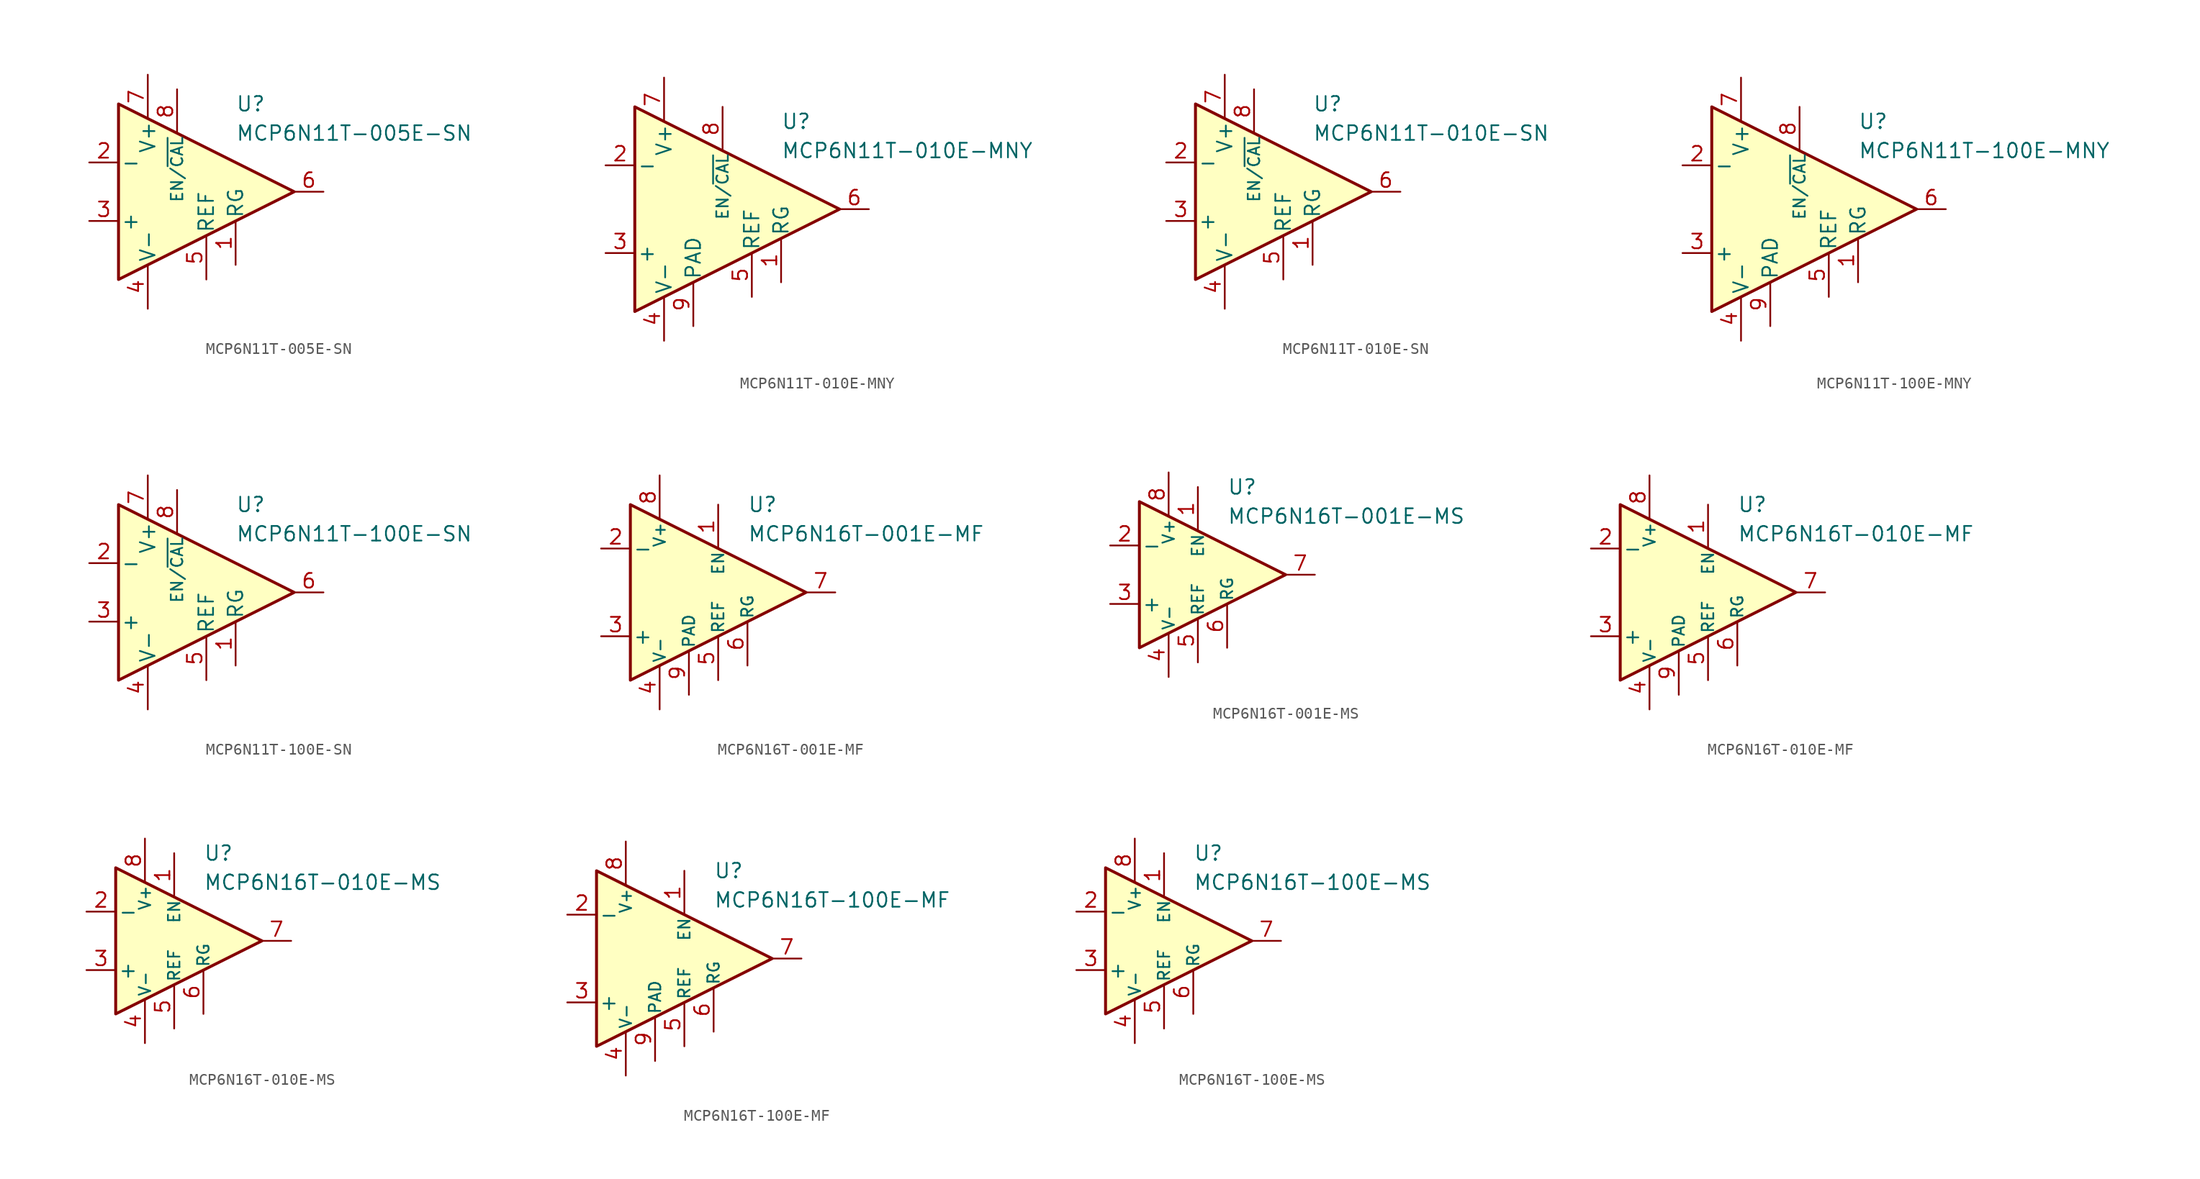
<source format=kicad_sym>
(kicad_symbol_lib
  (version 20231120)
  (generator "kicad_symbol_editor")
  (generator_version "8.0")
  (symbol "MCP6N11T-005E-SN"
    (pin_names
      (offset 0.2))
    (property "Reference" "U"
      (at 3.81 7.62 0)
      (effects (font (size 1.27 1.27)) (justify left)))
    (property "Value" "MCP6N11T-005E-SN"
      (at 3.81 5.08 0)
      (effects (font (size 1.27 1.27)) (justify left)))
    (symbol "MCP6N11T-005E-SN_0_1"
      (polyline (pts (xy -6.35 7.62) (xy -6.35 -7.62) (xy 8.89 0) (xy -6.35 7.62)) (stroke (width 0.254) (type default)) (fill (type background))))
    (symbol "MCP6N11T-005E-SN_1_1"
      (pin passive line (at 3.81 -6.35 90) (length 3.81) (name "RG" (effects (font (size 1.27 1.27)))) (number "1" (effects (font (size 1.27 1.27)))))
      (pin input line (at -8.89 2.54 0) (length 2.54) (name "-" (effects (font (size 1.27 1.27)))) (number "2" (effects (font (size 1.27 1.27)))))
      (pin input line (at -8.89 -2.54 0) (length 2.54) (name "+" (effects (font (size 1.27 1.27)))) (number "3" (effects (font (size 1.27 1.27)))))
      (pin power_in line (at -3.81 -10.16 90) (length 3.81) (name "V-" (effects (font (size 1.27 1.27)))) (number "4" (effects (font (size 1.27 1.27)))))
      (pin input line (at 1.27 -7.62 90) (length 3.81) (name "REF" (effects (font (size 1.27 1.27)))) (number "5" (effects (font (size 1.27 1.27)))))
      (pin output line (at 11.43 0 180) (length 2.54) (name "~" (effects (font (size 1.27 1.27)))) (number "6" (effects (font (size 1.27 1.27)))))
      (pin power_in line (at -3.81 10.16 270) (length 3.81) (name "V+" (effects (font (size 1.27 1.27)))) (number "7" (effects (font (size 1.27 1.27)))))
      (pin input line (at -1.27 8.89 270) (length 3.81) (name "EN/~{CAL}" (effects (font (size 1 1)))) (number "8" (effects (font (size 1.27 1.27)))))))
  (symbol "MCP6N11T-010E-MNY"
    (pin_names
      (offset 0.2))
    (property "Reference" "U"
      (at 6.35 7.62 0)
      (effects (font (size 1.27 1.27)) (justify left)))
    (property "Value" "MCP6N11T-010E-MNY"
      (at 6.35 5.08 0)
      (effects (font (size 1.27 1.27)) (justify left)))
    (symbol "MCP6N11T-010E-MNY_0_1"
      (polyline (pts (xy -6.35 8.89) (xy -6.35 -8.89) (xy 11.43 0) (xy -6.35 8.89)) (stroke (width 0.254) (type default)) (fill (type background))))
    (symbol "MCP6N11T-010E-MNY_1_1"
      (pin passive line (at 6.35 -6.35 90) (length 3.81) (name "RG" (effects (font (size 1.27 1.27)))) (number "1" (effects (font (size 1.27 1.27)))))
      (pin input line (at -8.89 3.81 0) (length 2.54) (name "-" (effects (font (size 1.27 1.27)))) (number "2" (effects (font (size 1.27 1.27)))))
      (pin input line (at -8.89 -3.81 0) (length 2.54) (name "+" (effects (font (size 1.27 1.27)))) (number "3" (effects (font (size 1.27 1.27)))))
      (pin power_in line (at -3.81 -11.43 90) (length 3.81) (name "V-" (effects (font (size 1.27 1.27)))) (number "4" (effects (font (size 1.27 1.27)))))
      (pin input line (at 3.81 -7.62 90) (length 3.81) (name "REF" (effects (font (size 1.27 1.27)))) (number "5" (effects (font (size 1.27 1.27)))))
      (pin output line (at 13.97 0 180) (length 2.54) (name "~" (effects (font (size 1.27 1.27)))) (number "6" (effects (font (size 1.27 1.27)))))
      (pin power_in line (at -3.81 11.43 270) (length 3.81) (name "V+" (effects (font (size 1.27 1.27)))) (number "7" (effects (font (size 1.27 1.27)))))
      (pin input line (at 1.27 8.89 270) (length 3.81) (name "EN/~{CAL}" (effects (font (size 1 1)))) (number "8" (effects (font (size 1.27 1.27)))))
      (pin power_in line (at -1.27 -10.16 90) (length 3.81) (name "PAD" (effects (font (size 1.27 1.27)))) (number "9" (effects (font (size 1.27 1.27)))))))
  (symbol "MCP6N11T-010E-SN"
    (pin_names
      (offset 0.2))
    (property "Reference" "U"
      (at 3.81 7.62 0)
      (effects (font (size 1.27 1.27)) (justify left)))
    (property "Value" "MCP6N11T-010E-SN"
      (at 3.81 5.08 0)
      (effects (font (size 1.27 1.27)) (justify left)))
    (symbol "MCP6N11T-010E-SN_0_1"
      (polyline (pts (xy -6.35 7.62) (xy -6.35 -7.62) (xy 8.89 0) (xy -6.35 7.62)) (stroke (width 0.254) (type default)) (fill (type background))))
    (symbol "MCP6N11T-010E-SN_1_1"
      (pin passive line (at 3.81 -6.35 90) (length 3.81) (name "RG" (effects (font (size 1.27 1.27)))) (number "1" (effects (font (size 1.27 1.27)))))
      (pin input line (at -8.89 2.54 0) (length 2.54) (name "-" (effects (font (size 1.27 1.27)))) (number "2" (effects (font (size 1.27 1.27)))))
      (pin input line (at -8.89 -2.54 0) (length 2.54) (name "+" (effects (font (size 1.27 1.27)))) (number "3" (effects (font (size 1.27 1.27)))))
      (pin power_in line (at -3.81 -10.16 90) (length 3.81) (name "V-" (effects (font (size 1.27 1.27)))) (number "4" (effects (font (size 1.27 1.27)))))
      (pin input line (at 1.27 -7.62 90) (length 3.81) (name "REF" (effects (font (size 1.27 1.27)))) (number "5" (effects (font (size 1.27 1.27)))))
      (pin output line (at 11.43 0 180) (length 2.54) (name "~" (effects (font (size 1.27 1.27)))) (number "6" (effects (font (size 1.27 1.27)))))
      (pin power_in line (at -3.81 10.16 270) (length 3.81) (name "V+" (effects (font (size 1.27 1.27)))) (number "7" (effects (font (size 1.27 1.27)))))
      (pin input line (at -1.27 8.89 270) (length 3.81) (name "EN/~{CAL}" (effects (font (size 1 1)))) (number "8" (effects (font (size 1.27 1.27)))))))
  (symbol "MCP6N11T-100E-MNY"
    (pin_names
      (offset 0.2))
    (property "Reference" "U"
      (at 6.35 7.62 0)
      (effects (font (size 1.27 1.27)) (justify left)))
    (property "Value" "MCP6N11T-100E-MNY"
      (at 6.35 5.08 0)
      (effects (font (size 1.27 1.27)) (justify left)))
    (symbol "MCP6N11T-100E-MNY_0_1"
      (polyline (pts (xy -6.35 8.89) (xy -6.35 -8.89) (xy 11.43 0) (xy -6.35 8.89)) (stroke (width 0.254) (type default)) (fill (type background))))
    (symbol "MCP6N11T-100E-MNY_1_1"
      (pin passive line (at 6.35 -6.35 90) (length 3.81) (name "RG" (effects (font (size 1.27 1.27)))) (number "1" (effects (font (size 1.27 1.27)))))
      (pin input line (at -8.89 3.81 0) (length 2.54) (name "-" (effects (font (size 1.27 1.27)))) (number "2" (effects (font (size 1.27 1.27)))))
      (pin input line (at -8.89 -3.81 0) (length 2.54) (name "+" (effects (font (size 1.27 1.27)))) (number "3" (effects (font (size 1.27 1.27)))))
      (pin power_in line (at -3.81 -11.43 90) (length 3.81) (name "V-" (effects (font (size 1.27 1.27)))) (number "4" (effects (font (size 1.27 1.27)))))
      (pin input line (at 3.81 -7.62 90) (length 3.81) (name "REF" (effects (font (size 1.27 1.27)))) (number "5" (effects (font (size 1.27 1.27)))))
      (pin output line (at 13.97 0 180) (length 2.54) (name "~" (effects (font (size 1.27 1.27)))) (number "6" (effects (font (size 1.27 1.27)))))
      (pin power_in line (at -3.81 11.43 270) (length 3.81) (name "V+" (effects (font (size 1.27 1.27)))) (number "7" (effects (font (size 1.27 1.27)))))
      (pin input line (at 1.27 8.89 270) (length 3.81) (name "EN/~{CAL}" (effects (font (size 1 1)))) (number "8" (effects (font (size 1.27 1.27)))))
      (pin power_in line (at -1.27 -10.16 90) (length 3.81) (name "PAD" (effects (font (size 1.27 1.27)))) (number "9" (effects (font (size 1.27 1.27)))))))
  (symbol "MCP6N11T-100E-SN"
    (pin_names
      (offset 0.2))
    (property "Reference" "U"
      (at 3.81 7.62 0)
      (effects (font (size 1.27 1.27)) (justify left)))
    (property "Value" "MCP6N11T-100E-SN"
      (at 3.81 5.08 0)
      (effects (font (size 1.27 1.27)) (justify left)))
    (symbol "MCP6N11T-100E-SN_0_1"
      (polyline (pts (xy -6.35 7.62) (xy -6.35 -7.62) (xy 8.89 0) (xy -6.35 7.62)) (stroke (width 0.254) (type default)) (fill (type background))))
    (symbol "MCP6N11T-100E-SN_1_1"
      (pin passive line (at 3.81 -6.35 90) (length 3.81) (name "RG" (effects (font (size 1.27 1.27)))) (number "1" (effects (font (size 1.27 1.27)))))
      (pin input line (at -8.89 2.54 0) (length 2.54) (name "-" (effects (font (size 1.27 1.27)))) (number "2" (effects (font (size 1.27 1.27)))))
      (pin input line (at -8.89 -2.54 0) (length 2.54) (name "+" (effects (font (size 1.27 1.27)))) (number "3" (effects (font (size 1.27 1.27)))))
      (pin power_in line (at -3.81 -10.16 90) (length 3.81) (name "V-" (effects (font (size 1.27 1.27)))) (number "4" (effects (font (size 1.27 1.27)))))
      (pin input line (at 1.27 -7.62 90) (length 3.81) (name "REF" (effects (font (size 1.27 1.27)))) (number "5" (effects (font (size 1.27 1.27)))))
      (pin output line (at 11.43 0 180) (length 2.54) (name "~" (effects (font (size 1.27 1.27)))) (number "6" (effects (font (size 1.27 1.27)))))
      (pin power_in line (at -3.81 10.16 270) (length 3.81) (name "V+" (effects (font (size 1.27 1.27)))) (number "7" (effects (font (size 1.27 1.27)))))
      (pin input line (at -1.27 8.89 270) (length 3.81) (name "EN/~{CAL}" (effects (font (size 1 1)))) (number "8" (effects (font (size 1.27 1.27)))))))
  (symbol "MCP6N16T-001E-MF"
    (pin_names
      (offset 0.2))
    (property "Reference" "U"
      (at 3.81 7.62 0)
      (effects (font (size 1.27 1.27)) (justify left)))
    (property "Value" "MCP6N16T-001E-MF"
      (at 3.81 5.08 0)
      (effects (font (size 1.27 1.27)) (justify left)))
    (symbol "MCP6N16T-001E-MF_0_1"
      (polyline (pts (xy -6.35 7.62) (xy -6.35 -7.62) (xy 8.89 0) (xy -6.35 7.62)) (stroke (width 0.254) (type default)) (fill (type background))))
    (symbol "MCP6N16T-001E-MF_1_1"
      (pin input line (at 1.27 7.62 270) (length 3.81) (name "EN" (effects (font (size 1 1)))) (number "1" (effects (font (size 1.27 1.27)))))
      (pin input line (at -8.89 3.81 0) (length 2.54) (name "-" (effects (font (size 1.27 1.27)))) (number "2" (effects (font (size 1.27 1.27)))))
      (pin input line (at -8.89 -3.81 0) (length 2.54) (name "+" (effects (font (size 1.27 1.27)))) (number "3" (effects (font (size 1.27 1.27)))))
      (pin power_in line (at -3.81 -10.16 90) (length 3.81) (name "V-" (effects (font (size 1 1)))) (number "4" (effects (font (size 1.27 1.27)))))
      (pin input line (at 1.27 -7.62 90) (length 3.81) (name "REF" (effects (font (size 1 1)))) (number "5" (effects (font (size 1.27 1.27)))))
      (pin passive line (at 3.81 -6.35 90) (length 3.81) (name "RG" (effects (font (size 1 1)))) (number "6" (effects (font (size 1.27 1.27)))))
      (pin output line (at 11.43 0 180) (length 2.54) (name "~" (effects (font (size 1.27 1.27)))) (number "7" (effects (font (size 1.27 1.27)))))
      (pin power_in line (at -3.81 10.16 270) (length 3.81) (name "V+" (effects (font (size 1 1)))) (number "8" (effects (font (size 1.27 1.27)))))
      (pin power_in line (at -1.27 -8.89 90) (length 3.81) (name "PAD" (effects (font (size 1 1)))) (number "9" (effects (font (size 1.27 1.27)))))))
  (symbol "MCP6N16T-001E-MS"
    (pin_names
      (offset 0.2))
    (property "Reference" "U"
      (at 3.81 7.62 0)
      (effects (font (size 1.27 1.27)) (justify left)))
    (property "Value" "MCP6N16T-001E-MS"
      (at 3.81 5.08 0)
      (effects (font (size 1.27 1.27)) (justify left)))
    (symbol "MCP6N16T-001E-MS_0_1"
      (polyline (pts (xy -3.81 6.35) (xy -3.81 -6.35) (xy 8.89 0) (xy -3.81 6.35)) (stroke (width 0.254) (type default)) (fill (type background))))
    (symbol "MCP6N16T-001E-MS_1_1"
      (pin input line (at 1.27 7.62 270) (length 3.81) (name "EN" (effects (font (size 1 1)))) (number "1" (effects (font (size 1.27 1.27)))))
      (pin input line (at -6.35 2.54 0) (length 2.54) (name "-" (effects (font (size 1.27 1.27)))) (number "2" (effects (font (size 1.27 1.27)))))
      (pin input line (at -6.35 -2.54 0) (length 2.54) (name "+" (effects (font (size 1.27 1.27)))) (number "3" (effects (font (size 1.27 1.27)))))
      (pin power_in line (at -1.27 -8.89 90) (length 3.81) (name "V-" (effects (font (size 1 1)))) (number "4" (effects (font (size 1.27 1.27)))))
      (pin input line (at 1.27 -7.62 90) (length 3.81) (name "REF" (effects (font (size 1 1)))) (number "5" (effects (font (size 1.27 1.27)))))
      (pin passive line (at 3.81 -6.35 90) (length 3.81) (name "RG" (effects (font (size 1 1)))) (number "6" (effects (font (size 1.27 1.27)))))
      (pin output line (at 11.43 0 180) (length 2.54) (name "~" (effects (font (size 1.27 1.27)))) (number "7" (effects (font (size 1.27 1.27)))))
      (pin power_in line (at -1.27 8.89 270) (length 3.81) (name "V+" (effects (font (size 1 1)))) (number "8" (effects (font (size 1.27 1.27)))))))
  (symbol "MCP6N16T-010E-MF"
    (pin_names
      (offset 0.2))
    (property "Reference" "U"
      (at 3.81 7.62 0)
      (effects (font (size 1.27 1.27)) (justify left)))
    (property "Value" "MCP6N16T-010E-MF"
      (at 3.81 5.08 0)
      (effects (font (size 1.27 1.27)) (justify left)))
    (symbol "MCP6N16T-010E-MF_0_1"
      (polyline (pts (xy -6.35 7.62) (xy -6.35 -7.62) (xy 8.89 0) (xy -6.35 7.62)) (stroke (width 0.254) (type default)) (fill (type background))))
    (symbol "MCP6N16T-010E-MF_1_1"
      (pin input line (at 1.27 7.62 270) (length 3.81) (name "EN" (effects (font (size 1 1)))) (number "1" (effects (font (size 1.27 1.27)))))
      (pin input line (at -8.89 3.81 0) (length 2.54) (name "-" (effects (font (size 1.27 1.27)))) (number "2" (effects (font (size 1.27 1.27)))))
      (pin input line (at -8.89 -3.81 0) (length 2.54) (name "+" (effects (font (size 1.27 1.27)))) (number "3" (effects (font (size 1.27 1.27)))))
      (pin power_in line (at -3.81 -10.16 90) (length 3.81) (name "V-" (effects (font (size 1 1)))) (number "4" (effects (font (size 1.27 1.27)))))
      (pin input line (at 1.27 -7.62 90) (length 3.81) (name "REF" (effects (font (size 1 1)))) (number "5" (effects (font (size 1.27 1.27)))))
      (pin passive line (at 3.81 -6.35 90) (length 3.81) (name "RG" (effects (font (size 1 1)))) (number "6" (effects (font (size 1.27 1.27)))))
      (pin output line (at 11.43 0 180) (length 2.54) (name "~" (effects (font (size 1.27 1.27)))) (number "7" (effects (font (size 1.27 1.27)))))
      (pin power_in line (at -3.81 10.16 270) (length 3.81) (name "V+" (effects (font (size 1 1)))) (number "8" (effects (font (size 1.27 1.27)))))
      (pin power_in line (at -1.27 -8.89 90) (length 3.81) (name "PAD" (effects (font (size 1 1)))) (number "9" (effects (font (size 1.27 1.27)))))))
  (symbol "MCP6N16T-010E-MS"
    (pin_names
      (offset 0.2))
    (property "Reference" "U"
      (at 3.81 7.62 0)
      (effects (font (size 1.27 1.27)) (justify left)))
    (property "Value" "MCP6N16T-010E-MS"
      (at 3.81 5.08 0)
      (effects (font (size 1.27 1.27)) (justify left)))
    (symbol "MCP6N16T-010E-MS_0_1"
      (polyline (pts (xy -3.81 6.35) (xy -3.81 -6.35) (xy 8.89 0) (xy -3.81 6.35)) (stroke (width 0.254) (type default)) (fill (type background))))
    (symbol "MCP6N16T-010E-MS_1_1"
      (pin input line (at 1.27 7.62 270) (length 3.81) (name "EN" (effects (font (size 1 1)))) (number "1" (effects (font (size 1.27 1.27)))))
      (pin input line (at -6.35 2.54 0) (length 2.54) (name "-" (effects (font (size 1.27 1.27)))) (number "2" (effects (font (size 1.27 1.27)))))
      (pin input line (at -6.35 -2.54 0) (length 2.54) (name "+" (effects (font (size 1.27 1.27)))) (number "3" (effects (font (size 1.27 1.27)))))
      (pin power_in line (at -1.27 -8.89 90) (length 3.81) (name "V-" (effects (font (size 1 1)))) (number "4" (effects (font (size 1.27 1.27)))))
      (pin input line (at 1.27 -7.62 90) (length 3.81) (name "REF" (effects (font (size 1 1)))) (number "5" (effects (font (size 1.27 1.27)))))
      (pin passive line (at 3.81 -6.35 90) (length 3.81) (name "RG" (effects (font (size 1 1)))) (number "6" (effects (font (size 1.27 1.27)))))
      (pin output line (at 11.43 0 180) (length 2.54) (name "~" (effects (font (size 1.27 1.27)))) (number "7" (effects (font (size 1.27 1.27)))))
      (pin power_in line (at -1.27 8.89 270) (length 3.81) (name "V+" (effects (font (size 1 1)))) (number "8" (effects (font (size 1.27 1.27)))))))
  (symbol "MCP6N16T-100E-MF"
    (pin_names
      (offset 0.2))
    (property "Reference" "U"
      (at 3.81 7.62 0)
      (effects (font (size 1.27 1.27)) (justify left)))
    (property "Value" "MCP6N16T-100E-MF"
      (at 3.81 5.08 0)
      (effects (font (size 1.27 1.27)) (justify left)))
    (symbol "MCP6N16T-100E-MF_0_1"
      (polyline (pts (xy -6.35 7.62) (xy -6.35 -7.62) (xy 8.89 0) (xy -6.35 7.62)) (stroke (width 0.254) (type default)) (fill (type background))))
    (symbol "MCP6N16T-100E-MF_1_1"
      (pin input line (at 1.27 7.62 270) (length 3.81) (name "EN" (effects (font (size 1 1)))) (number "1" (effects (font (size 1.27 1.27)))))
      (pin input line (at -8.89 3.81 0) (length 2.54) (name "-" (effects (font (size 1.27 1.27)))) (number "2" (effects (font (size 1.27 1.27)))))
      (pin input line (at -8.89 -3.81 0) (length 2.54) (name "+" (effects (font (size 1.27 1.27)))) (number "3" (effects (font (size 1.27 1.27)))))
      (pin power_in line (at -3.81 -10.16 90) (length 3.81) (name "V-" (effects (font (size 1 1)))) (number "4" (effects (font (size 1.27 1.27)))))
      (pin input line (at 1.27 -7.62 90) (length 3.81) (name "REF" (effects (font (size 1 1)))) (number "5" (effects (font (size 1.27 1.27)))))
      (pin passive line (at 3.81 -6.35 90) (length 3.81) (name "RG" (effects (font (size 1 1)))) (number "6" (effects (font (size 1.27 1.27)))))
      (pin output line (at 11.43 0 180) (length 2.54) (name "~" (effects (font (size 1.27 1.27)))) (number "7" (effects (font (size 1.27 1.27)))))
      (pin power_in line (at -3.81 10.16 270) (length 3.81) (name "V+" (effects (font (size 1 1)))) (number "8" (effects (font (size 1.27 1.27)))))
      (pin power_in line (at -1.27 -8.89 90) (length 3.81) (name "PAD" (effects (font (size 1 1)))) (number "9" (effects (font (size 1.27 1.27)))))))
  (symbol "MCP6N16T-100E-MS"
    (pin_names
      (offset 0.2))
    (property "Reference" "U"
      (at 3.81 7.62 0)
      (effects (font (size 1.27 1.27)) (justify left)))
    (property "Value" "MCP6N16T-100E-MS"
      (at 3.81 5.08 0)
      (effects (font (size 1.27 1.27)) (justify left)))
    (symbol "MCP6N16T-100E-MS_0_1"
      (polyline (pts (xy -3.81 6.35) (xy -3.81 -6.35) (xy 8.89 0) (xy -3.81 6.35)) (stroke (width 0.254) (type default)) (fill (type background))))
    (symbol "MCP6N16T-100E-MS_1_1"
      (pin input line (at 1.27 7.62 270) (length 3.81) (name "EN" (effects (font (size 1 1)))) (number "1" (effects (font (size 1.27 1.27)))))
      (pin input line (at -6.35 2.54 0) (length 2.54) (name "-" (effects (font (size 1.27 1.27)))) (number "2" (effects (font (size 1.27 1.27)))))
      (pin input line (at -6.35 -2.54 0) (length 2.54) (name "+" (effects (font (size 1.27 1.27)))) (number "3" (effects (font (size 1.27 1.27)))))
      (pin power_in line (at -1.27 -8.89 90) (length 3.81) (name "V-" (effects (font (size 1 1)))) (number "4" (effects (font (size 1.27 1.27)))))
      (pin input line (at 1.27 -7.62 90) (length 3.81) (name "REF" (effects (font (size 1 1)))) (number "5" (effects (font (size 1.27 1.27)))))
      (pin passive line (at 3.81 -6.35 90) (length 3.81) (name "RG" (effects (font (size 1 1)))) (number "6" (effects (font (size 1.27 1.27)))))
      (pin output line (at 11.43 0 180) (length 2.54) (name "~" (effects (font (size 1.27 1.27)))) (number "7" (effects (font (size 1.27 1.27)))))
      (pin power_in line (at -1.27 8.89 270) (length 3.81) (name "V+" (effects (font (size 1 1)))) (number "8" (effects (font (size 1.27 1.27))))))))
</source>
